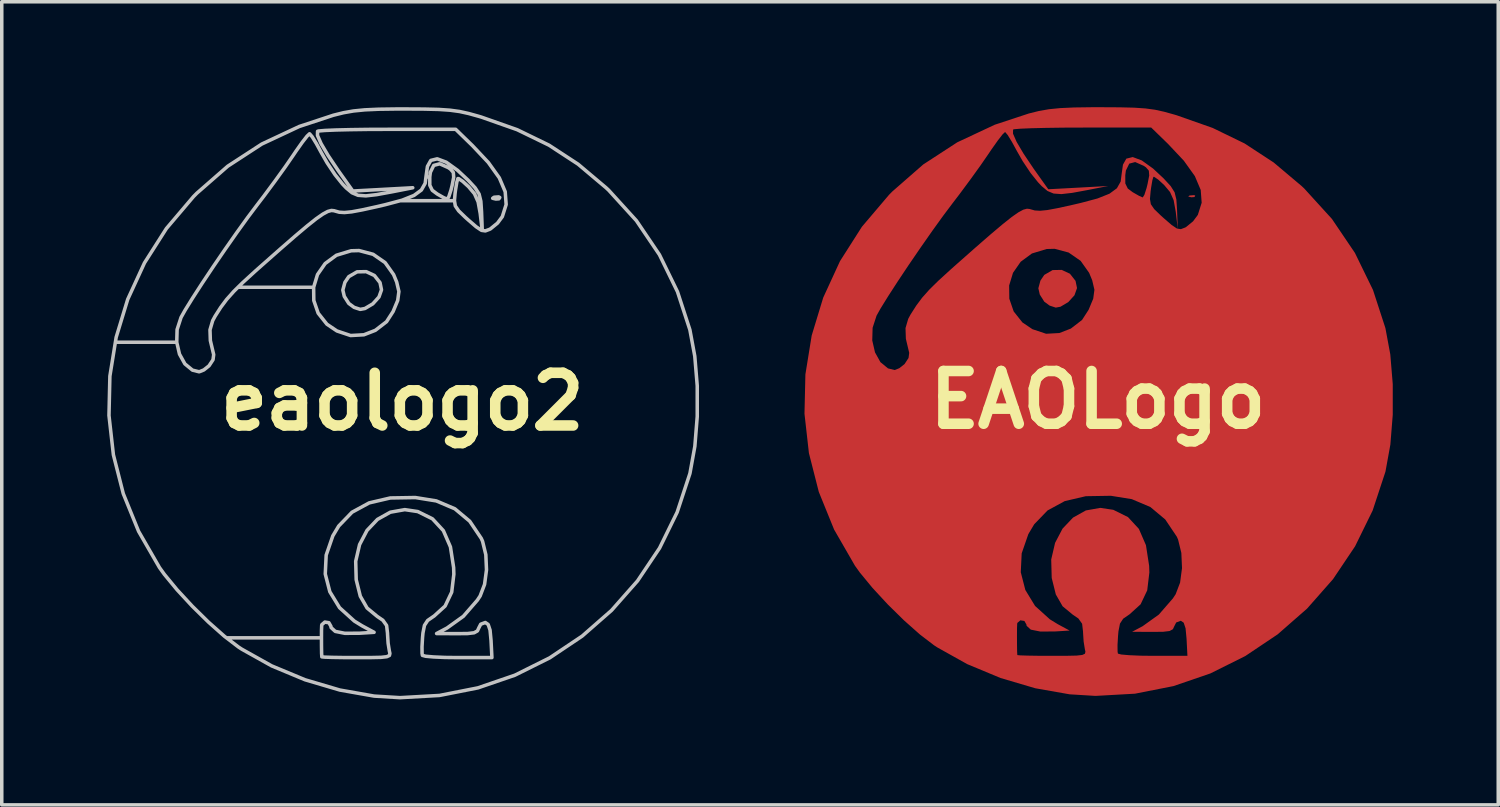
<source format=kicad_pcb>
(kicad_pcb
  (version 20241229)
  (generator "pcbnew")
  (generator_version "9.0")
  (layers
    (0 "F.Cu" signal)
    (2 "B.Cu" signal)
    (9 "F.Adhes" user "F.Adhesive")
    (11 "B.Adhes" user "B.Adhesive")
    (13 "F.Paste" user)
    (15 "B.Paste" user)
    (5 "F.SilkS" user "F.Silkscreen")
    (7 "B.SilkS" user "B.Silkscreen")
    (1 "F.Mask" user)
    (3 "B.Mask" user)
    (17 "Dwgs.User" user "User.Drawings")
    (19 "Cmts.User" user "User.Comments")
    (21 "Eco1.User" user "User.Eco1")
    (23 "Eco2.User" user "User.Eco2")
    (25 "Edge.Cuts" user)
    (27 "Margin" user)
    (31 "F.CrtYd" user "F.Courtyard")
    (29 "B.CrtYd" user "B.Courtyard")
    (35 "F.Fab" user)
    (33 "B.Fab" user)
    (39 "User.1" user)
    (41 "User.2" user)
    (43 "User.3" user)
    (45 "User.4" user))
  (footprint "eaologo2"
    (layer "F.Cu")
    (at 8.396 8.376)
    (property "Reference" "eaologo2" (at 0 0 0) (layer "F.SilkS") (effects (font (size 1.5 1.5) (thickness 0.3))))
    (attr board_only exclude_from_pos_files exclude_from_bom)
    (fp_poly (pts (xy 2.771 -5.808) (xy 2.746 -5.77) (xy 2.66 -5.764) (xy 2.57 -5.785) (xy 2.609 -5.815) (xy 2.741 -5.825)) (stroke (width 0.1) (type solid)) (fill no) (layer "Dwgs.User"))
    (fp_poly (pts (xy -0.795 -3.589) (xy -0.635 -3.386) (xy -0.593 -3.181) (xy -0.665 -2.977) (xy -0.841 -2.782) (xy -1.064 -2.65) (xy -1.197 -2.625) (xy -1.372 -2.682) (xy -1.524 -2.794) (xy -1.652 -2.996) (xy -1.693 -3.175) (xy -1.634 -3.394) (xy -1.524 -3.556) (xy -1.287 -3.693) (xy -1.028 -3.698)) (stroke (width 0.1) (type solid)) (fill no) (layer "Dwgs.User"))
    (fp_poly (pts (xy 0.624 -8.323) (xy 1.034 -8.313) (xy 1.355 -8.291) (xy 1.627 -8.254) (xy 1.89 -8.196) (xy 2.184 -8.114) (xy 2.244 -8.096) (xy 3.267 -7.736) (xy 4.172 -7.296) (xy 5 -6.755) (xy 5.794 -6.086) (xy 5.869 -6.016) (xy 6.658 -5.149) (xy 7.313 -4.181) (xy 7.827 -3.127) (xy 8.18 -2.043) (xy 8.319 -1.294) (xy 8.389 -0.45) (xy 8.389 0.425) (xy 8.321 1.272) (xy 8.184 2.028) (xy 8.178 2.052) (xy 7.817 3.147) (xy 7.317 4.166) (xy 6.69 5.1) (xy 5.952 5.937) (xy 5.115 6.67) (xy 4.193 7.288) (xy 3.201 7.782) (xy 2.151 8.142) (xy 1.057 8.358) (xy -0.066 8.421) (xy -0.803 8.376) (xy -1.779 8.204) (xy -2.768 7.912) (xy -3.717 7.517) (xy -4.569 7.041) (xy -4.662 6.98) (xy -5.003 6.719) (xy -2.301 6.719) (xy -2.3 6.962) (xy -2.297 7.164) (xy -2.291 7.26) (xy -2.21 7.268) (xy -1.993 7.275) (xy -1.673 7.28) (xy -1.302 7.281) (xy -0.883 7.28) (xy -0.605 7.274) (xy -0.443 7.256) (xy -0.368 7.221) (xy -0.354 7.164) (xy -0.37 7.091) (xy -0.405 6.874) (xy -0.422 6.607) (xy -0.422 6.591) (xy -0.448 6.368) (xy -0.554 6.219) (xy -0.714 6.11) (xy -1.003 5.871) (xy -1.196 5.535) (xy -1.311 5.073) (xy -1.313 5.061) (xy -1.327 4.54) (xy -1.217 4.067) (xy -1.005 3.663) (xy -0.707 3.349) (xy -0.342 3.145) (xy 0.07 3.072) (xy 0.439 3.127) (xy 0.857 3.334) (xy 1.167 3.67) (xy 1.368 4.133) (xy 1.459 4.721) (xy 1.465 4.911) (xy 1.404 5.419) (xy 1.216 5.815) (xy 0.902 6.1) (xy 0.892 6.106) (xy 0.72 6.225) (xy 0.629 6.364) (xy 0.586 6.583) (xy 0.574 6.714) (xy 0.559 6.975) (xy 0.561 7.164) (xy 0.571 7.218) (xy 0.663 7.243) (xy 0.89 7.263) (xy 1.216 7.277) (xy 1.576 7.281) (xy 2.548 7.281) (xy 2.523 6.795) (xy 2.495 6.499) (xy 2.442 6.339) (xy 2.36 6.283) (xy 2.229 6.332) (xy 2.178 6.431) (xy 2.135 6.523) (xy 2.041 6.575) (xy 1.857 6.597) (xy 1.553 6.6) (xy 0.974 6.597) (xy 1.272 6.439) (xy 1.735 6.107) (xy 2.134 5.648) (xy 2.213 5.528) (xy 2.339 5.199) (xy 2.394 4.785) (xy 2.375 4.354) (xy 2.282 3.973) (xy 2.245 3.89) (xy 1.917 3.402) (xy 1.494 3.048) (xy 0.966 2.824) (xy 0.369 2.728) (xy -0.343 2.74) (xy -0.943 2.88) (xy -1.432 3.146) (xy -1.811 3.539) (xy -1.978 3.819) (xy -2.167 4.366) (xy -2.193 4.903) (xy -2.063 5.408) (xy -1.786 5.862) (xy -1.366 6.242) (xy -1.143 6.379) (xy -0.804 6.562) (xy -1.222 6.588) (xy -1.637 6.59) (xy -1.908 6.536) (xy -2.027 6.427) (xy -2.032 6.391) (xy -2.09 6.289) (xy -2.205 6.271) (xy -2.29 6.344) (xy -2.295 6.371) (xy -2.3 6.501) (xy -2.301 6.719) (xy -5.003 6.719) (xy -5.061 6.675) (xy -5.513 6.274) (xy -5.977 5.818) (xy -6.41 5.35) (xy -6.77 4.913) (xy -6.909 4.72) (xy -7.503 3.69) (xy -7.939 2.617) (xy -8.22 1.513) (xy -8.346 0.394) (xy -8.32 -0.726) (xy -8.164 -1.69) (xy -6.418 -1.69) (xy -6.34 -1.352) (xy -6.186 -1.074) (xy -5.97 -0.896) (xy -5.779 -0.849) (xy -5.646 -0.903) (xy -5.499 -1.02) (xy -5.386 -1.192) (xy -5.367 -1.338) (xy -5.462 -1.738) (xy -5.472 -2.043) (xy -5.395 -2.306) (xy -5.327 -2.431) (xy -5.166 -2.683) (xy -4.999 -2.907) (xy -4.798 -3.133) (xy -4.676 -3.254) (xy -2.524 -3.254) (xy -2.519 -2.877) (xy -2.395 -2.517) (xy -2.146 -2.203) (xy -1.861 -2.011) (xy -1.472 -1.881) (xy -1.094 -1.902) (xy -0.768 -2.029) (xy -0.45 -2.274) (xy -0.263 -2.564) (xy -0.132 -2.879) (xy -0.098 -3.133) (xy -0.161 -3.402) (xy -0.249 -3.615) (xy -0.49 -3.955) (xy -0.832 -4.192) (xy -1.231 -4.298) (xy -1.457 -4.292) (xy -1.876 -4.165) (xy -2.196 -3.929) (xy -2.414 -3.615) (xy -2.524 -3.254) (xy -4.676 -3.254) (xy -4.533 -3.394) (xy -4.177 -3.719) (xy -4.018 -3.86) (xy -3.476 -4.339) (xy -3.044 -4.715) (xy -2.707 -4.999) (xy -2.451 -5.203) (xy -2.26 -5.336) (xy -2.121 -5.411) (xy -2.017 -5.439) (xy -1.935 -5.43) (xy -1.919 -5.424) (xy -1.795 -5.389) (xy -1.646 -5.38) (xy -1.441 -5.4) (xy -1.149 -5.454) (xy -0.739 -5.544) (xy -0.486 -5.603) (xy -0.061 -5.716) (xy 1.482 -5.716) (xy 1.507 -5.567) (xy 1.602 -5.428) (xy 1.791 -5.245) (xy 1.872 -5.172) (xy 2.1 -4.975) (xy 2.249 -4.875) (xy 2.272 -4.871) (xy 2.273 -4.868) (xy 2.273 -4.871) (xy 2.272 -4.871) (xy 2.215 -5.354) (xy 2.156 -5.681) (xy 2.053 -5.913) (xy 1.886 -6.112) (xy 1.718 -6.266) (xy 1.603 -6.344) (xy 1.58 -6.346) (xy 1.55 -6.246) (xy 1.515 -6.038) (xy 1.5 -5.927) (xy 1.482 -5.716) (xy -0.061 -5.716) (xy -0.004 -5.732) (xy 0.331 -5.866) (xy 0.541 -6.02) (xy 0.649 -6.211) (xy 0.672 -6.392) (xy 0.78 -6.392) (xy 0.781 -6.156) (xy 0.851 -6.013) (xy 0.991 -5.908) (xy 1.168 -5.807) (xy 1.274 -5.76) (xy 1.277 -5.76) (xy 1.323 -5.833) (xy 1.384 -6.021) (xy 1.414 -6.143) (xy 1.461 -6.384) (xy 1.45 -6.521) (xy 1.369 -6.615) (xy 1.306 -6.658) (xy 1.062 -6.766) (xy 0.893 -6.721) (xy 0.797 -6.524) (xy 0.78 -6.392) (xy 0.672 -6.392) (xy 0.677 -6.43) (xy 0.714 -6.692) (xy 0.809 -6.862) (xy 0.811 -6.863) (xy 0.992 -6.908) (xy 1.249 -6.812) (xy 1.572 -6.58) (xy 1.869 -6.302) (xy 2.071 -6.083) (xy 2.183 -5.906) (xy 2.233 -5.701) (xy 2.253 -5.4) (xy 2.273 -4.871) (xy 2.361 -4.857) (xy 2.48 -4.902) (xy 2.506 -4.915) (xy 2.708 -5.08) (xy 2.844 -5.263) (xy 2.953 -5.608) (xy 2.926 -5.972) (xy 2.759 -6.366) (xy 2.446 -6.804) (xy 1.997 -7.281) (xy 1.518 -7.747) (xy -0.419 -7.747) (xy -0.975 -7.745) (xy -1.474 -7.738) (xy -1.891 -7.728) (xy -2.201 -7.715) (xy -2.379 -7.7) (xy -2.412 -7.691) (xy -2.414 -7.574) (xy -2.312 -7.341) (xy -2.114 -7.005) (xy -1.828 -6.579) (xy -1.794 -6.531) (xy -1.41 -5.992) (xy -0.557 -6.038) (xy 0.296 -6.085) (xy -0.296 -5.969) (xy -0.731 -5.889) (xy -1.039 -5.854) (xy -1.26 -5.87) (xy -1.433 -5.943) (xy -1.596 -6.079) (xy -1.702 -6.19) (xy -1.914 -6.455) (xy -2.14 -6.794) (xy -2.303 -7.079) (xy -2.447 -7.343) (xy -2.566 -7.536) (xy -2.637 -7.619) (xy -2.64 -7.62) (xy -2.71 -7.554) (xy -2.847 -7.378) (xy -3.026 -7.125) (xy -3.106 -7.006) (xy -3.335 -6.674) (xy -3.626 -6.27) (xy -3.935 -5.853) (xy -4.133 -5.594) (xy -4.402 -5.236) (xy -4.713 -4.804) (xy -5.046 -4.328) (xy -5.38 -3.84) (xy -5.694 -3.369) (xy -5.967 -2.947) (xy -6.179 -2.605) (xy -6.296 -2.396) (xy -6.408 -2.051) (xy -6.418 -1.69) (xy -8.164 -1.69) (xy -8.141 -1.832) (xy -7.813 -2.91) (xy -7.336 -3.947) (xy -6.712 -4.926) (xy -5.941 -5.834) (xy -5.846 -5.93) (xy -4.967 -6.698) (xy -3.999 -7.328) (xy -2.932 -7.828) (xy -1.962 -8.148) (xy -1.675 -8.219) (xy -1.391 -8.269) (xy -1.07 -8.301) (xy -0.673 -8.319) (xy -0.161 -8.326) (xy 0.085 -8.326)) (stroke (width 0.1) (type solid)) (fill no) (layer "Dwgs.User")))
  (footprint "EAOLogo"
    (layer "F.Cu")
    (at 28.182 8.326)
    (property "Reference" "EAOLogo" (at 0 0 0) (layer "F.SilkS") (effects (font (size 1.5 1.5) (thickness 0.3))))
    (attr board_only exclude_from_pos_files exclude_from_bom)
    (fp_poly (pts (xy 2.771 -5.808) (xy 2.746 -5.77) (xy 2.66 -5.764) (xy 2.57 -5.785) (xy 2.609 -5.815) (xy 2.741 -5.825)) (stroke (width 0) (type solid)) (fill yes) (layer "F.Cu"))
    (fp_poly (pts (xy -0.795 -3.589) (xy -0.635 -3.386) (xy -0.593 -3.181) (xy -0.665 -2.977) (xy -0.841 -2.782) (xy -1.064 -2.65) (xy -1.197 -2.625) (xy -1.372 -2.682) (xy -1.524 -2.794) (xy -1.652 -2.996) (xy -1.693 -3.175) (xy -1.634 -3.394) (xy -1.524 -3.556) (xy -1.287 -3.693) (xy -1.028 -3.698)) (stroke (width 0) (type solid)) (fill yes) (layer "F.Cu"))
    (fp_poly (pts (xy 0.624 -8.323) (xy 1.034 -8.313) (xy 1.355 -8.291) (xy 1.627 -8.254) (xy 1.89 -8.196) (xy 2.184 -8.114) (xy 2.244 -8.096) (xy 3.267 -7.736) (xy 4.172 -7.296) (xy 5 -6.755) (xy 5.794 -6.086) (xy 5.869 -6.016) (xy 6.658 -5.149) (xy 7.313 -4.181) (xy 7.827 -3.127) (xy 8.18 -2.043) (xy 8.319 -1.294) (xy 8.389 -0.45) (xy 8.389 0.425) (xy 8.321 1.272) (xy 8.184 2.028) (xy 8.178 2.052) (xy 7.817 3.147) (xy 7.317 4.166) (xy 6.69 5.1) (xy 5.952 5.937) (xy 5.115 6.67) (xy 4.193 7.288) (xy 3.201 7.782) (xy 2.151 8.142) (xy 1.057 8.358) (xy -0.066 8.421) (xy -0.803 8.376) (xy -1.779 8.204) (xy -2.768 7.912) (xy -3.717 7.517) (xy -4.569 7.041) (xy -4.662 6.98) (xy -5.003 6.719) (xy -2.301 6.719) (xy -2.3 6.962) (xy -2.297 7.164) (xy -2.291 7.26) (xy -2.21 7.268) (xy -1.993 7.275) (xy -1.673 7.28) (xy -1.302 7.281) (xy -0.883 7.28) (xy -0.605 7.274) (xy -0.443 7.256) (xy -0.368 7.221) (xy -0.354 7.164) (xy -0.37 7.091) (xy -0.405 6.874) (xy -0.422 6.607) (xy -0.422 6.591) (xy -0.448 6.368) (xy -0.554 6.219) (xy -0.714 6.11) (xy -1.003 5.871) (xy -1.196 5.535) (xy -1.311 5.073) (xy -1.313 5.061) (xy -1.327 4.54) (xy -1.217 4.067) (xy -1.005 3.663) (xy -0.707 3.349) (xy -0.342 3.145) (xy 0.07 3.072) (xy 0.439 3.127) (xy 0.857 3.334) (xy 1.167 3.67) (xy 1.368 4.133) (xy 1.459 4.721) (xy 1.465 4.911) (xy 1.404 5.419) (xy 1.216 5.815) (xy 0.902 6.1) (xy 0.892 6.106) (xy 0.72 6.225) (xy 0.629 6.364) (xy 0.586 6.583) (xy 0.574 6.714) (xy 0.559 6.975) (xy 0.561 7.164) (xy 0.571 7.218) (xy 0.663 7.243) (xy 0.89 7.263) (xy 1.216 7.277) (xy 1.576 7.281) (xy 2.548 7.281) (xy 2.523 6.795) (xy 2.495 6.499) (xy 2.442 6.339) (xy 2.36 6.283) (xy 2.229 6.332) (xy 2.178 6.431) (xy 2.135 6.523) (xy 2.041 6.575) (xy 1.857 6.597) (xy 1.553 6.6) (xy 0.974 6.597) (xy 1.272 6.439) (xy 1.735 6.107) (xy 2.134 5.648) (xy 2.213 5.528) (xy 2.339 5.199) (xy 2.394 4.785) (xy 2.375 4.354) (xy 2.282 3.973) (xy 2.245 3.89) (xy 1.917 3.402) (xy 1.494 3.048) (xy 0.966 2.824) (xy 0.369 2.728) (xy -0.343 2.74) (xy -0.943 2.88) (xy -1.432 3.146) (xy -1.811 3.539) (xy -1.978 3.819) (xy -2.167 4.366) (xy -2.193 4.903) (xy -2.063 5.408) (xy -1.786 5.862) (xy -1.366 6.242) (xy -1.143 6.379) (xy -0.804 6.562) (xy -1.222 6.588) (xy -1.637 6.59) (xy -1.908 6.536) (xy -2.027 6.427) (xy -2.032 6.391) (xy -2.09 6.289) (xy -2.205 6.271) (xy -2.29 6.344) (xy -2.295 6.371) (xy -2.3 6.501) (xy -2.301 6.719) (xy -5.003 6.719) (xy -5.061 6.675) (xy -5.513 6.274) (xy -5.977 5.818) (xy -6.41 5.35) (xy -6.77 4.913) (xy -6.909 4.72) (xy -7.503 3.69) (xy -7.939 2.617) (xy -8.22 1.513) (xy -8.346 0.394) (xy -8.32 -0.726) (xy -8.164 -1.69) (xy -6.418 -1.69) (xy -6.34 -1.352) (xy -6.186 -1.074) (xy -5.97 -0.896) (xy -5.779 -0.849) (xy -5.646 -0.903) (xy -5.499 -1.02) (xy -5.386 -1.192) (xy -5.367 -1.338) (xy -5.462 -1.738) (xy -5.472 -2.043) (xy -5.395 -2.306) (xy -5.327 -2.431) (xy -5.166 -2.683) (xy -4.999 -2.907) (xy -4.798 -3.133) (xy -4.676 -3.254) (xy -2.524 -3.254) (xy -2.519 -2.877) (xy -2.395 -2.517) (xy -2.146 -2.203) (xy -1.861 -2.011) (xy -1.472 -1.881) (xy -1.094 -1.902) (xy -0.768 -2.029) (xy -0.45 -2.274) (xy -0.263 -2.564) (xy -0.132 -2.879) (xy -0.098 -3.133) (xy -0.161 -3.402) (xy -0.249 -3.615) (xy -0.49 -3.955) (xy -0.832 -4.192) (xy -1.231 -4.298) (xy -1.457 -4.292) (xy -1.876 -4.165) (xy -2.196 -3.929) (xy -2.414 -3.615) (xy -2.524 -3.254) (xy -4.676 -3.254) (xy -4.533 -3.394) (xy -4.177 -3.719) (xy -4.018 -3.86) (xy -3.476 -4.339) (xy -3.044 -4.715) (xy -2.707 -4.999) (xy -2.451 -5.203) (xy -2.26 -5.336) (xy -2.121 -5.411) (xy -2.017 -5.439) (xy -1.935 -5.43) (xy -1.919 -5.424) (xy -1.795 -5.389) (xy -1.646 -5.38) (xy -1.441 -5.4) (xy -1.149 -5.454) (xy -0.739 -5.544) (xy -0.486 -5.603) (xy -0.061 -5.716) (xy 1.482 -5.716) (xy 1.507 -5.567) (xy 1.602 -5.428) (xy 1.791 -5.245) (xy 1.872 -5.172) (xy 2.1 -4.975) (xy 2.249 -4.875) (xy 2.272 -4.871) (xy 2.273 -4.868) (xy 2.273 -4.871) (xy 2.272 -4.871) (xy 2.215 -5.354) (xy 2.156 -5.681) (xy 2.053 -5.913) (xy 1.886 -6.112) (xy 1.718 -6.266) (xy 1.603 -6.344) (xy 1.58 -6.346) (xy 1.55 -6.246) (xy 1.515 -6.038) (xy 1.5 -5.927) (xy 1.482 -5.716) (xy -0.061 -5.716) (xy -0.004 -5.732) (xy 0.331 -5.866) (xy 0.541 -6.02) (xy 0.649 -6.211) (xy 0.672 -6.392) (xy 0.78 -6.392) (xy 0.781 -6.156) (xy 0.851 -6.013) (xy 0.991 -5.908) (xy 1.168 -5.807) (xy 1.274 -5.76) (xy 1.277 -5.76) (xy 1.323 -5.833) (xy 1.384 -6.021) (xy 1.414 -6.143) (xy 1.461 -6.384) (xy 1.45 -6.521) (xy 1.369 -6.615) (xy 1.306 -6.658) (xy 1.062 -6.766) (xy 0.893 -6.721) (xy 0.797 -6.524) (xy 0.78 -6.392) (xy 0.672 -6.392) (xy 0.677 -6.43) (xy 0.714 -6.692) (xy 0.809 -6.862) (xy 0.811 -6.863) (xy 0.992 -6.908) (xy 1.249 -6.812) (xy 1.572 -6.58) (xy 1.869 -6.302) (xy 2.071 -6.083) (xy 2.183 -5.906) (xy 2.233 -5.701) (xy 2.253 -5.4) (xy 2.273 -4.871) (xy 2.361 -4.857) (xy 2.48 -4.902) (xy 2.506 -4.915) (xy 2.708 -5.08) (xy 2.844 -5.263) (xy 2.953 -5.608) (xy 2.926 -5.972) (xy 2.759 -6.366) (xy 2.446 -6.804) (xy 1.997 -7.281) (xy 1.518 -7.747) (xy -0.419 -7.747) (xy -0.975 -7.745) (xy -1.474 -7.738) (xy -1.891 -7.728) (xy -2.201 -7.715) (xy -2.379 -7.7) (xy -2.412 -7.691) (xy -2.414 -7.574) (xy -2.312 -7.341) (xy -2.114 -7.005) (xy -1.828 -6.579) (xy -1.794 -6.531) (xy -1.41 -5.992) (xy -0.557 -6.038) (xy 0.296 -6.085) (xy -0.296 -5.969) (xy -0.731 -5.889) (xy -1.039 -5.854) (xy -1.26 -5.87) (xy -1.433 -5.943) (xy -1.596 -6.079) (xy -1.702 -6.19) (xy -1.914 -6.455) (xy -2.14 -6.794) (xy -2.303 -7.079) (xy -2.447 -7.343) (xy -2.566 -7.536) (xy -2.637 -7.619) (xy -2.64 -7.62) (xy -2.71 -7.554) (xy -2.847 -7.378) (xy -3.026 -7.125) (xy -3.106 -7.006) (xy -3.335 -6.674) (xy -3.626 -6.27) (xy -3.935 -5.853) (xy -4.133 -5.594) (xy -4.402 -5.236) (xy -4.713 -4.804) (xy -5.046 -4.328) (xy -5.38 -3.84) (xy -5.694 -3.369) (xy -5.967 -2.947) (xy -6.179 -2.605) (xy -6.296 -2.396) (xy -6.408 -2.051) (xy -6.418 -1.69) (xy -8.164 -1.69) (xy -8.141 -1.832) (xy -7.813 -2.91) (xy -7.336 -3.947) (xy -6.712 -4.926) (xy -5.941 -5.834) (xy -5.846 -5.93) (xy -4.967 -6.698) (xy -3.999 -7.328) (xy -2.932 -7.828) (xy -1.962 -8.148) (xy -1.675 -8.219) (xy -1.391 -8.269) (xy -1.07 -8.301) (xy -0.673 -8.319) (xy -0.161 -8.326) (xy 0.085 -8.326)) (stroke (width 0) (type solid)) (fill yes) (layer "F.Cu")))
  (gr_rect
    (start -3 -3)
    (end 39.572 19.847)
    (stroke (width 0.1) (type default))
    (fill no)
    (layer "Edge.Cuts")))
</source>
